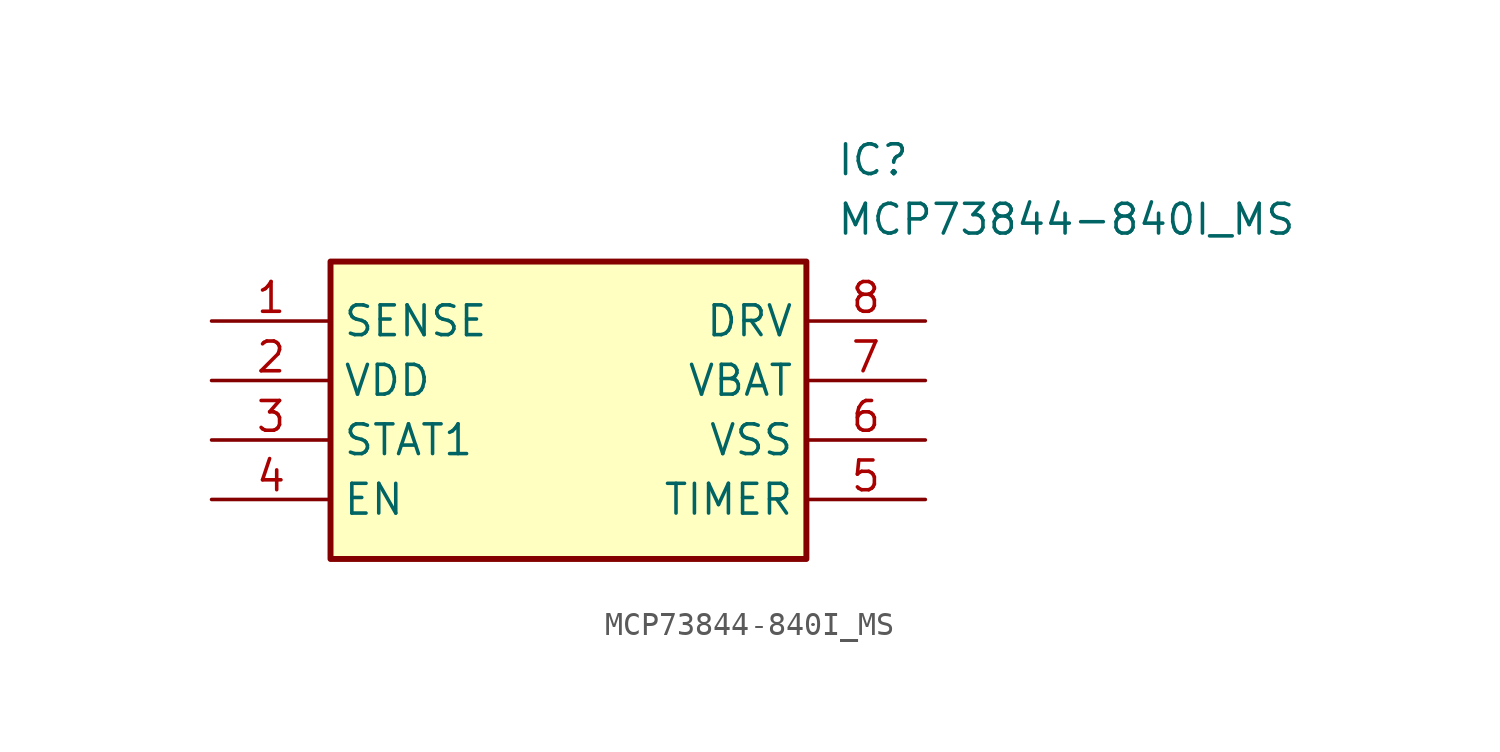
<source format=kicad_sym>
(kicad_symbol_lib
  (version 20220914)
  (generator kicad_symbol_editor)
  (symbol "MCP73844-840I_MS"
    (property "Reference" "IC"
      (at 26.67 7.62 0)
      (effects (font (size 1.27 1.27)) (justify left top)))
    (property "Value" "MCP73844-840I_MS"
      (at 26.67 5.08 0)
      (effects (font (size 1.27 1.27)) (justify left top)))
    (symbol "MCP73844-840I_MS_1_1"
      (rectangle (start 5.08 2.54) (end 25.4 -10.16) (stroke (width 0.254) (type default)) (fill (type background)))
      (pin passive line (at 0 0 0) (length 5.08) (name "SENSE" (effects (font (size 1.27 1.27)))) (number "1" (effects (font (size 1.27 1.27)))))
      (pin passive line (at 0 -2.54 0) (length 5.08) (name "VDD" (effects (font (size 1.27 1.27)))) (number "2" (effects (font (size 1.27 1.27)))))
      (pin passive line (at 0 -5.08 0) (length 5.08) (name "STAT1" (effects (font (size 1.27 1.27)))) (number "3" (effects (font (size 1.27 1.27)))))
      (pin passive line (at 0 -7.62 0) (length 5.08) (name "EN" (effects (font (size 1.27 1.27)))) (number "4" (effects (font (size 1.27 1.27)))))
      (pin passive line (at 30.48 -7.62 180) (length 5.08) (name "TIMER" (effects (font (size 1.27 1.27)))) (number "5" (effects (font (size 1.27 1.27)))))
      (pin passive line (at 30.48 -5.08 180) (length 5.08) (name "VSS" (effects (font (size 1.27 1.27)))) (number "6" (effects (font (size 1.27 1.27)))))
      (pin passive line (at 30.48 -2.54 180) (length 5.08) (name "VBAT" (effects (font (size 1.27 1.27)))) (number "7" (effects (font (size 1.27 1.27)))))
      (pin passive line (at 30.48 0 180) (length 5.08) (name "DRV" (effects (font (size 1.27 1.27)))) (number "8" (effects (font (size 1.27 1.27))))))))
</source>
